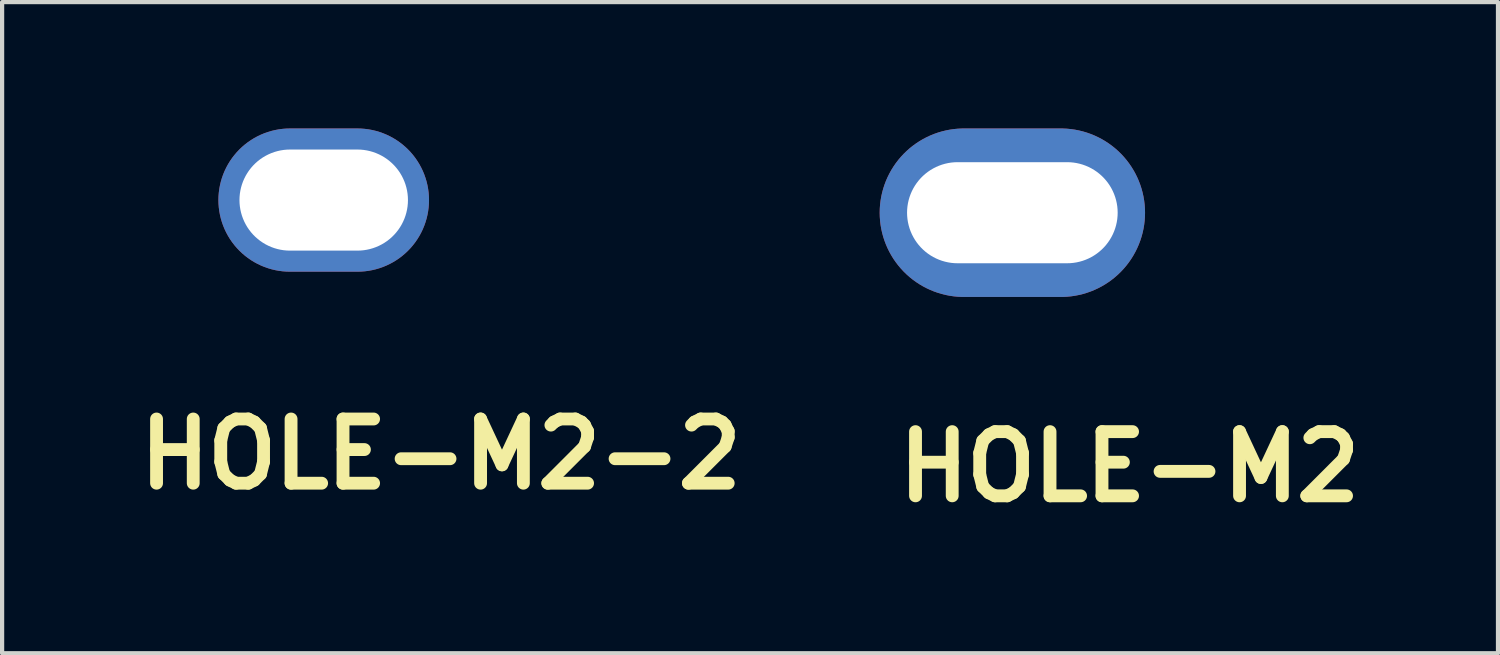
<source format=kicad_pcb>
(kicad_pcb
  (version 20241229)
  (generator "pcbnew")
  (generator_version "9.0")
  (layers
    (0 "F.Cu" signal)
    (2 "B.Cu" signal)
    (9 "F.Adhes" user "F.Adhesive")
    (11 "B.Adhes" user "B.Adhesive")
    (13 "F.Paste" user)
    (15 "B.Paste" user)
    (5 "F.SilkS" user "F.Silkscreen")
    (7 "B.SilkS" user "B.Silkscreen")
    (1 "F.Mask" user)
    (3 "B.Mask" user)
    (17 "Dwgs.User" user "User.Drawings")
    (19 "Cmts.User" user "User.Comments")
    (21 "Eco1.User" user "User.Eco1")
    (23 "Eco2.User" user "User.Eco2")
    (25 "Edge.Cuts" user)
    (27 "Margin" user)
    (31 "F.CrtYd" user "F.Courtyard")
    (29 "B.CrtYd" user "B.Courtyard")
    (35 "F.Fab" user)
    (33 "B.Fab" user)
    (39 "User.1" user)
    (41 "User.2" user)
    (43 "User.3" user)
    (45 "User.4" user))
  (footprint "HOLE-M2"
    (layer "F.Cu")
    (at 20.984 2)
    (property "Reference" "HOLE-M2" (at 2.781 6.032 0) (layer "F.SilkS") (effects (font (size 1.524 1.524) (thickness 0.305))))
    (attr exclude_from_pos_files exclude_from_bom)
    (pad "1" thru_hole oval (at 0 0) (size 6.3 4) (drill oval 5 2.4) (layers "*.Cu" "*.Mask")))
  (footprint "HOLE-M2-2"
    (layer "F.Cu")
    (at 4.635 1.7)
    (property "Reference" "HOLE-M2-2" (at 2.781 6.032 0) (layer "F.SilkS") (effects (font (size 1.524 1.524) (thickness 0.305))))
    (attr exclude_from_pos_files exclude_from_bom)
    (pad "1" thru_hole oval (at 0 0) (size 5 3.4) (drill oval 4 2.4) (layers "*.Cu" "*.Mask")))
  (gr_rect
    (start -3 -3)
    (end 32.513 12.459)
    (stroke (width 0.1) (type default))
    (fill no)
    (layer "Edge.Cuts")))
</source>
